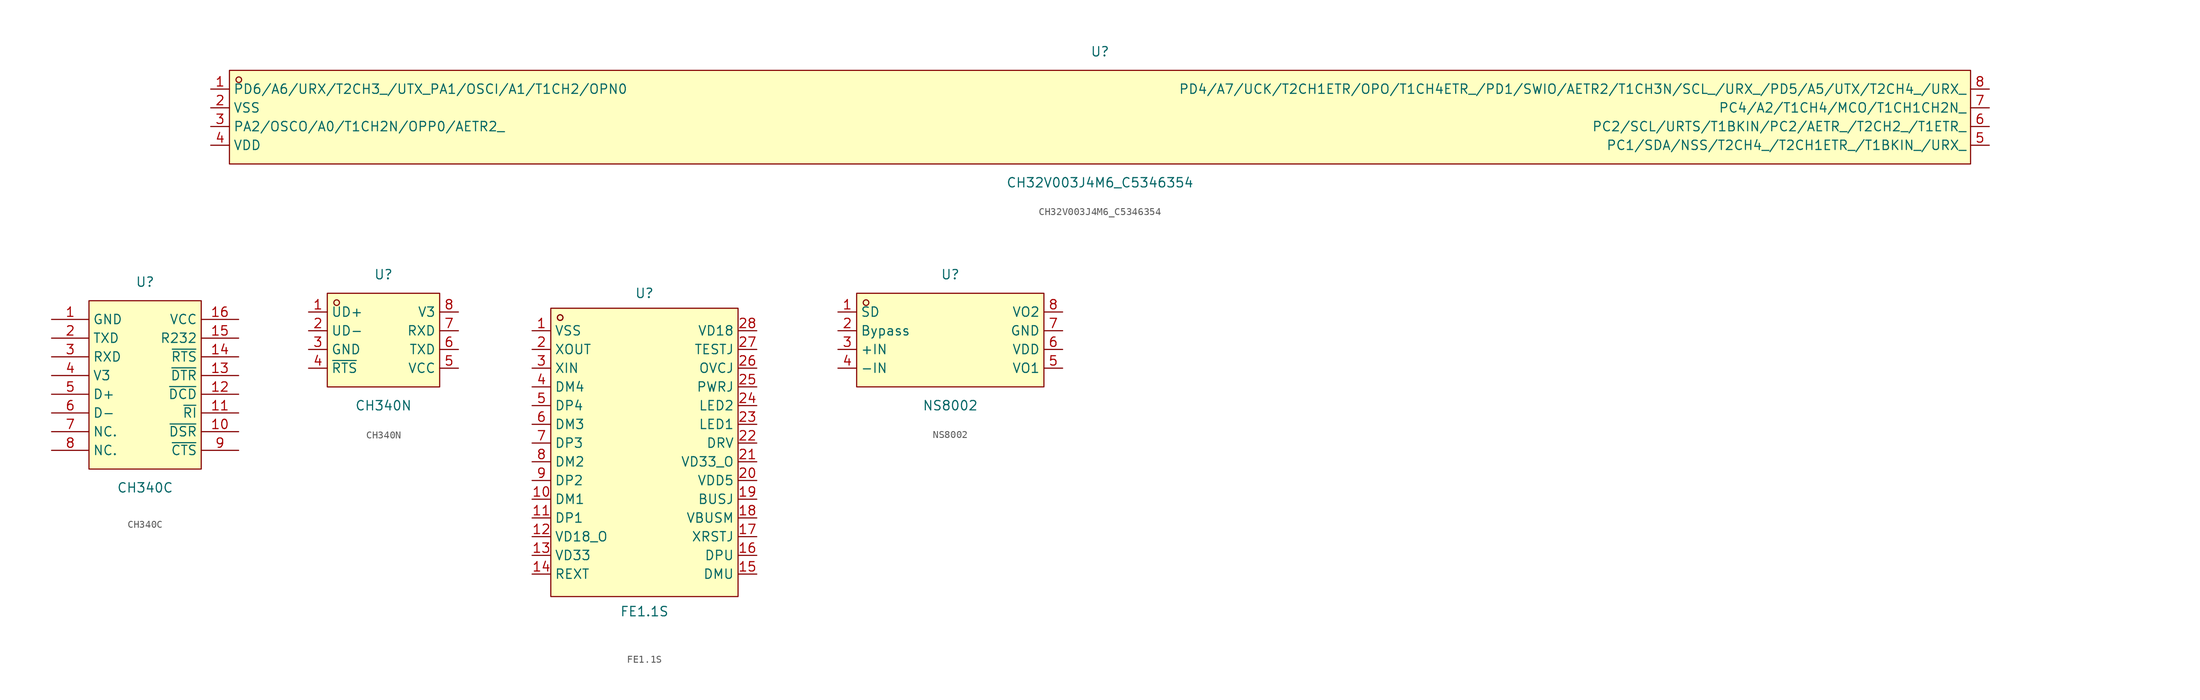
<source format=kicad_sym>
(kicad_symbol_lib
  (version 20231120)
  (generator "kicad_symbol_editor")
  (generator_version "8.99")
  (symbol "CH32V003J4M6_C5346354"
    (property "Reference" "U"
      (at 0 8.89 0)
      (effects (font (size 1.27 1.27))))
    (property "Value" "CH32V003J4M6_C5346354"
      (at 0 -8.89 0)
      (effects (font (size 1.27 1.27))))
    (symbol "CH32V003J4M6_C5346354_0_1"
      (rectangle (start -118.11 6.35) (end 118.11 -6.35) (stroke (width 0) (type default)) (fill (type background)))
      (circle (center -116.84 5.08) (radius 0.38) (stroke (width 0) (type default)) (fill (type none)))
      (pin unspecified line (at -120.65 3.81 0) (length 2.54) (name "PD6/A6/URX/T2CH3_/UTX_PA1/OSCI/A1/T1CH2/OPN0" (effects (font (size 1.27 1.27)))) (number "1" (effects (font (size 1.27 1.27)))))
      (pin unspecified line (at -120.65 1.27 0) (length 2.54) (name "VSS" (effects (font (size 1.27 1.27)))) (number "2" (effects (font (size 1.27 1.27)))))
      (pin unspecified line (at -120.65 -1.27 0) (length 2.54) (name "PA2/OSCO/A0/T1CH2N/OPP0/AETR2_" (effects (font (size 1.27 1.27)))) (number "3" (effects (font (size 1.27 1.27)))))
      (pin unspecified line (at -120.65 -3.81 0) (length 2.54) (name "VDD" (effects (font (size 1.27 1.27)))) (number "4" (effects (font (size 1.27 1.27)))))
      (pin unspecified line (at 120.65 -3.81 180) (length 2.54) (name "PC1/SDA/NSS/T2CH4_/T2CH1ETR_/T1BKIN_/URX_" (effects (font (size 1.27 1.27)))) (number "5" (effects (font (size 1.27 1.27)))))
      (pin unspecified line (at 120.65 -1.27 180) (length 2.54) (name "PC2/SCL/URTS/T1BKIN/PC2/AETR_/T2CH2_/T1ETR_" (effects (font (size 1.27 1.27)))) (number "6" (effects (font (size 1.27 1.27)))))
      (pin unspecified line (at 120.65 1.27 180) (length 2.54) (name "PC4/A2/T1CH4/MCO/T1CH1CH2N_" (effects (font (size 1.27 1.27)))) (number "7" (effects (font (size 1.27 1.27)))))
      (pin unspecified line (at 120.65 3.81 180) (length 2.54) (name "PD4/A7/UCK/T2CH1ETR/OPO/T1CH4ETR_/PD1/SWIO/AETR2/T1CH3N/SCL_/URX_/PD5/A5/UTX/T2CH4_/URX_" (effects (font (size 1.27 1.27)))) (number "8" (effects (font (size 1.27 1.27)))))))
  (symbol "CH340C"
    (property "Reference" "U"
      (at 0 13.97 0)
      (effects (font (size 1.27 1.27))))
    (property "Value" "CH340C"
      (at 0 -13.97 0)
      (effects (font (size 1.27 1.27))))
    (symbol "CH340C_0_1"
      (rectangle (start -7.62 11.43) (end 7.62 -11.43) (stroke (width 0) (type default)) (fill (type background)))
      (pin unspecified line (at -12.7 8.89 0) (length 5.08) (name "GND" (effects (font (size 1.27 1.27)))) (number "1" (effects (font (size 1.27 1.27)))))
      (pin unspecified line (at 12.7 -6.35 180) (length 5.08) (name "~{DSR}" (effects (font (size 1.27 1.27)))) (number "10" (effects (font (size 1.27 1.27)))))
      (pin unspecified line (at 12.7 -3.81 180) (length 5.08) (name "~{RI}" (effects (font (size 1.27 1.27)))) (number "11" (effects (font (size 1.27 1.27)))))
      (pin unspecified line (at 12.7 -1.27 180) (length 5.08) (name "~{DCD}" (effects (font (size 1.27 1.27)))) (number "12" (effects (font (size 1.27 1.27)))))
      (pin unspecified line (at 12.7 1.27 180) (length 5.08) (name "~{DTR}" (effects (font (size 1.27 1.27)))) (number "13" (effects (font (size 1.27 1.27)))))
      (pin unspecified line (at 12.7 3.81 180) (length 5.08) (name "~{RTS}" (effects (font (size 1.27 1.27)))) (number "14" (effects (font (size 1.27 1.27)))))
      (pin unspecified line (at 12.7 6.35 180) (length 5.08) (name "R232" (effects (font (size 1.27 1.27)))) (number "15" (effects (font (size 1.27 1.27)))))
      (pin unspecified line (at 12.7 8.89 180) (length 5.08) (name "VCC" (effects (font (size 1.27 1.27)))) (number "16" (effects (font (size 1.27 1.27)))))
      (pin unspecified line (at -12.7 6.35 0) (length 5.08) (name "TXD" (effects (font (size 1.27 1.27)))) (number "2" (effects (font (size 1.27 1.27)))))
      (pin unspecified line (at -12.7 3.81 0) (length 5.08) (name "RXD" (effects (font (size 1.27 1.27)))) (number "3" (effects (font (size 1.27 1.27)))))
      (pin unspecified line (at -12.7 1.27 0) (length 5.08) (name "V3" (effects (font (size 1.27 1.27)))) (number "4" (effects (font (size 1.27 1.27)))))
      (pin unspecified line (at -12.7 -1.27 0) (length 5.08) (name "D+" (effects (font (size 1.27 1.27)))) (number "5" (effects (font (size 1.27 1.27)))))
      (pin unspecified line (at -12.7 -3.81 0) (length 5.08) (name "D-" (effects (font (size 1.27 1.27)))) (number "6" (effects (font (size 1.27 1.27)))))
      (pin unspecified line (at -12.7 -6.35 0) (length 5.08) (name "NC." (effects (font (size 1.27 1.27)))) (number "7" (effects (font (size 1.27 1.27)))))
      (pin unspecified line (at -12.7 -8.89 0) (length 5.08) (name "NC." (effects (font (size 1.27 1.27)))) (number "8" (effects (font (size 1.27 1.27)))))
      (pin unspecified line (at 12.7 -8.89 180) (length 5.08) (name "~{CTS}" (effects (font (size 1.27 1.27)))) (number "9" (effects (font (size 1.27 1.27)))))))
  (symbol "CH340N"
    (property "Reference" "U"
      (at 0 8.89 0)
      (effects (font (size 1.27 1.27))))
    (property "Value" "CH340N"
      (at 0 -8.89 0)
      (effects (font (size 1.27 1.27))))
    (symbol "CH340N_0_1"
      (rectangle (start -7.62 6.35) (end 7.62 -6.35) (stroke (width 0) (type default)) (fill (type background)))
      (circle (center -6.35 5.08) (radius 0.38) (stroke (width 0) (type default)) (fill (type none)))
      (pin unspecified line (at -10.16 3.81 0) (length 2.54) (name "UD+" (effects (font (size 1.27 1.27)))) (number "1" (effects (font (size 1.27 1.27)))))
      (pin unspecified line (at -10.16 1.27 0) (length 2.54) (name "UD-" (effects (font (size 1.27 1.27)))) (number "2" (effects (font (size 1.27 1.27)))))
      (pin unspecified line (at -10.16 -1.27 0) (length 2.54) (name "GND" (effects (font (size 1.27 1.27)))) (number "3" (effects (font (size 1.27 1.27)))))
      (pin unspecified line (at -10.16 -3.81 0) (length 2.54) (name "~{RTS}" (effects (font (size 1.27 1.27)))) (number "4" (effects (font (size 1.27 1.27)))))
      (pin unspecified line (at 10.16 -3.81 180) (length 2.54) (name "VCC" (effects (font (size 1.27 1.27)))) (number "5" (effects (font (size 1.27 1.27)))))
      (pin unspecified line (at 10.16 -1.27 180) (length 2.54) (name "TXD" (effects (font (size 1.27 1.27)))) (number "6" (effects (font (size 1.27 1.27)))))
      (pin unspecified line (at 10.16 1.27 180) (length 2.54) (name "RXD" (effects (font (size 1.27 1.27)))) (number "7" (effects (font (size 1.27 1.27)))))
      (pin unspecified line (at 10.16 3.81 180) (length 2.54) (name "V3" (effects (font (size 1.27 1.27)))) (number "8" (effects (font (size 1.27 1.27)))))))
  (symbol "FE1.1S"
    (property "Reference" "U"
      (at 0 21.59 0)
      (effects (font (size 1.27 1.27))))
    (property "Value" "FE1.1S"
      (at 0 -21.59 0)
      (effects (font (size 1.27 1.27))))
    (symbol "FE1.1S_0_1"
      (rectangle (start -12.7 19.56) (end 12.7 -19.56) (stroke (width 0) (type default)) (fill (type background)))
      (circle (center -11.43 18.29) (radius 0.38) (stroke (width 0) (type default)) (fill (type none)))
      (circle (center -11.43 18.29) (radius 0.38) (stroke (width 0) (type default)) (fill (type none)))
      (pin unspecified line (at -15.24 16.51 0) (length 2.54) (name "VSS" (effects (font (size 1.27 1.27)))) (number "1" (effects (font (size 1.27 1.27)))))
      (pin unspecified line (at -15.24 -6.35 0) (length 2.54) (name "DM1" (effects (font (size 1.27 1.27)))) (number "10" (effects (font (size 1.27 1.27)))))
      (pin unspecified line (at -15.24 -8.89 0) (length 2.54) (name "DP1" (effects (font (size 1.27 1.27)))) (number "11" (effects (font (size 1.27 1.27)))))
      (pin unspecified line (at -15.24 -11.43 0) (length 2.54) (name "VD18_O" (effects (font (size 1.27 1.27)))) (number "12" (effects (font (size 1.27 1.27)))))
      (pin unspecified line (at -15.24 -13.97 0) (length 2.54) (name "VD33" (effects (font (size 1.27 1.27)))) (number "13" (effects (font (size 1.27 1.27)))))
      (pin unspecified line (at -15.24 -16.51 0) (length 2.54) (name "REXT" (effects (font (size 1.27 1.27)))) (number "14" (effects (font (size 1.27 1.27)))))
      (pin unspecified line (at 15.24 -16.51 180) (length 2.54) (name "DMU" (effects (font (size 1.27 1.27)))) (number "15" (effects (font (size 1.27 1.27)))))
      (pin unspecified line (at 15.24 -13.97 180) (length 2.54) (name "DPU" (effects (font (size 1.27 1.27)))) (number "16" (effects (font (size 1.27 1.27)))))
      (pin unspecified line (at 15.24 -11.43 180) (length 2.54) (name "XRSTJ" (effects (font (size 1.27 1.27)))) (number "17" (effects (font (size 1.27 1.27)))))
      (pin unspecified line (at 15.24 -8.89 180) (length 2.54) (name "VBUSM" (effects (font (size 1.27 1.27)))) (number "18" (effects (font (size 1.27 1.27)))))
      (pin unspecified line (at 15.24 -6.35 180) (length 2.54) (name "BUSJ" (effects (font (size 1.27 1.27)))) (number "19" (effects (font (size 1.27 1.27)))))
      (pin unspecified line (at -15.24 13.97 0) (length 2.54) (name "XOUT" (effects (font (size 1.27 1.27)))) (number "2" (effects (font (size 1.27 1.27)))))
      (pin unspecified line (at 15.24 -3.81 180) (length 2.54) (name "VDD5" (effects (font (size 1.27 1.27)))) (number "20" (effects (font (size 1.27 1.27)))))
      (pin unspecified line (at 15.24 -1.27 180) (length 2.54) (name "VD33_O" (effects (font (size 1.27 1.27)))) (number "21" (effects (font (size 1.27 1.27)))))
      (pin unspecified line (at 15.24 1.27 180) (length 2.54) (name "DRV" (effects (font (size 1.27 1.27)))) (number "22" (effects (font (size 1.27 1.27)))))
      (pin unspecified line (at 15.24 3.81 180) (length 2.54) (name "LED1" (effects (font (size 1.27 1.27)))) (number "23" (effects (font (size 1.27 1.27)))))
      (pin unspecified line (at 15.24 6.35 180) (length 2.54) (name "LED2" (effects (font (size 1.27 1.27)))) (number "24" (effects (font (size 1.27 1.27)))))
      (pin unspecified line (at 15.24 8.89 180) (length 2.54) (name "PWRJ" (effects (font (size 1.27 1.27)))) (number "25" (effects (font (size 1.27 1.27)))))
      (pin unspecified line (at 15.24 11.43 180) (length 2.54) (name "OVCJ" (effects (font (size 1.27 1.27)))) (number "26" (effects (font (size 1.27 1.27)))))
      (pin unspecified line (at 15.24 13.97 180) (length 2.54) (name "TESTJ" (effects (font (size 1.27 1.27)))) (number "27" (effects (font (size 1.27 1.27)))))
      (pin unspecified line (at 15.24 16.51 180) (length 2.54) (name "VD18" (effects (font (size 1.27 1.27)))) (number "28" (effects (font (size 1.27 1.27)))))
      (pin unspecified line (at -15.24 11.43 0) (length 2.54) (name "XIN" (effects (font (size 1.27 1.27)))) (number "3" (effects (font (size 1.27 1.27)))))
      (pin unspecified line (at -15.24 8.89 0) (length 2.54) (name "DM4" (effects (font (size 1.27 1.27)))) (number "4" (effects (font (size 1.27 1.27)))))
      (pin unspecified line (at -15.24 6.35 0) (length 2.54) (name "DP4" (effects (font (size 1.27 1.27)))) (number "5" (effects (font (size 1.27 1.27)))))
      (pin unspecified line (at -15.24 3.81 0) (length 2.54) (name "DM3" (effects (font (size 1.27 1.27)))) (number "6" (effects (font (size 1.27 1.27)))))
      (pin unspecified line (at -15.24 1.27 0) (length 2.54) (name "DP3" (effects (font (size 1.27 1.27)))) (number "7" (effects (font (size 1.27 1.27)))))
      (pin unspecified line (at -15.24 -1.27 0) (length 2.54) (name "DM2" (effects (font (size 1.27 1.27)))) (number "8" (effects (font (size 1.27 1.27)))))
      (pin unspecified line (at -15.24 -3.81 0) (length 2.54) (name "DP2" (effects (font (size 1.27 1.27)))) (number "9" (effects (font (size 1.27 1.27)))))))
  (symbol "NS8002"
    (property "Reference" "U"
      (at 0 8.89 0)
      (effects (font (size 1.27 1.27))))
    (property "Value" "NS8002"
      (at 0 -8.89 0)
      (effects (font (size 1.27 1.27))))
    (symbol "NS8002_0_1"
      (rectangle (start -12.7 6.35) (end 12.7 -6.35) (stroke (width 0) (type default)) (fill (type background)))
      (circle (center -11.43 5.08) (radius 0.38) (stroke (width 0) (type default)) (fill (type none)))
      (pin unspecified line (at -15.24 3.81 0) (length 2.54) (name "SD" (effects (font (size 1.27 1.27)))) (number "1" (effects (font (size 1.27 1.27)))))
      (pin unspecified line (at -15.24 1.27 0) (length 2.54) (name "Bypass" (effects (font (size 1.27 1.27)))) (number "2" (effects (font (size 1.27 1.27)))))
      (pin unspecified line (at -15.24 -1.27 0) (length 2.54) (name "+IN" (effects (font (size 1.27 1.27)))) (number "3" (effects (font (size 1.27 1.27)))))
      (pin unspecified line (at -15.24 -3.81 0) (length 2.54) (name "-IN" (effects (font (size 1.27 1.27)))) (number "4" (effects (font (size 1.27 1.27)))))
      (pin unspecified line (at 15.24 -3.81 180) (length 2.54) (name "VO1" (effects (font (size 1.27 1.27)))) (number "5" (effects (font (size 1.27 1.27)))))
      (pin unspecified line (at 15.24 -1.27 180) (length 2.54) (name "VDD" (effects (font (size 1.27 1.27)))) (number "6" (effects (font (size 1.27 1.27)))))
      (pin unspecified line (at 15.24 1.27 180) (length 2.54) (name "GND" (effects (font (size 1.27 1.27)))) (number "7" (effects (font (size 1.27 1.27)))))
      (pin unspecified line (at 15.24 3.81 180) (length 2.54) (name "VO2" (effects (font (size 1.27 1.27)))) (number "8" (effects (font (size 1.27 1.27))))))))
</source>
